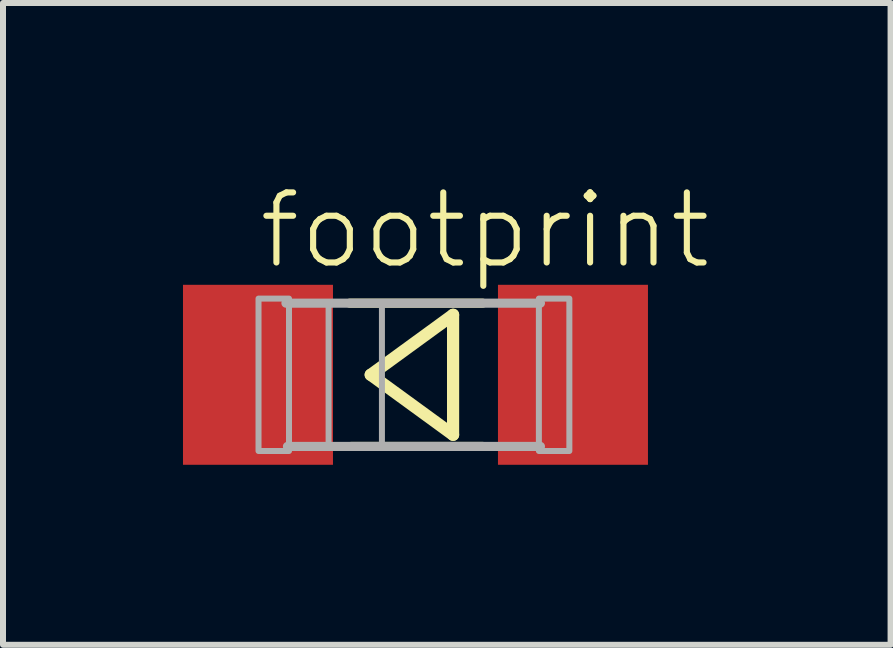
<source format=kicad_pcb>
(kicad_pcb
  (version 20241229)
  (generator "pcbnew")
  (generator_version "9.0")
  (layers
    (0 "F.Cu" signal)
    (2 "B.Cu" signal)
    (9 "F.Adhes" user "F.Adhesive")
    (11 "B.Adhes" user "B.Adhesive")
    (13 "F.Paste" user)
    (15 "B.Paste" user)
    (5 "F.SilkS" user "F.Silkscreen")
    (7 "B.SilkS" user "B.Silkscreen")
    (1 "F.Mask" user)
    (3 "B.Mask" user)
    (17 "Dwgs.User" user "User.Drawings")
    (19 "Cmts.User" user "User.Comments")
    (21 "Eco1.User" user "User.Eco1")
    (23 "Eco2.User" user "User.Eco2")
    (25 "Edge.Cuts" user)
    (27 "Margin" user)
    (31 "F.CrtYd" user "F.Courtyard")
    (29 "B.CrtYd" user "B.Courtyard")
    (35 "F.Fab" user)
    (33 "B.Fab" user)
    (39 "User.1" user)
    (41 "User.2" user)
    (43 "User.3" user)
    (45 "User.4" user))
  (footprint "footprint"
    (layer "F.Cu")
    (at 3.875 3.197)
    (property "Reference" "footprint" (at -2.663 -1.724 0) (layer "F.SilkS") (effects (font (size 1.168 1.168) (thickness 0.102)) (justify left bottom)))
    (fp_line (start -0.746 0) (end 0.627 1) (stroke (width 0.203) (type solid)) (layer "F.SilkS"))
    (fp_line (start 0.627 -1) (end -0.746 0) (stroke (width 0.203) (type solid)) (layer "F.SilkS"))
    (fp_line (start 0.627 1) (end 0.627 -1) (stroke (width 0.203) (type solid)) (layer "F.SilkS"))
    (fp_line (start 1.121 -1.194) (end -1.097 -1.194) (stroke (width 0.152) (type solid)) (layer "F.SilkS"))
    (fp_line (start 1.121 1.194) (end -1.072 1.194) (stroke (width 0.152) (type solid)) (layer "F.SilkS"))
    (fp_line (start 2.083 -1.194) (end -2.159 -1.194) (stroke (width 0.152) (type solid)) (layer "F.Fab"))
    (fp_line (start 2.083 1.194) (end -2.134 1.194) (stroke (width 0.152) (type solid)) (layer "F.Fab"))
    (fp_poly (pts (xy -2.616 1.27) (xy -2.108 1.27) (xy -2.108 -1.27) (xy -2.616 -1.27)) (stroke (width 0.1) (type solid)) (fill no) (layer "F.Fab"))
    (fp_poly (pts (xy -1.448 1.194) (xy -0.559 1.194) (xy -0.559 -1.194) (xy -1.448 -1.194)) (stroke (width 0.1) (type solid)) (fill no) (layer "F.Fab"))
    (fp_poly (pts (xy 2.057 1.27) (xy 2.565 1.27) (xy 2.565 -1.27) (xy 2.057 -1.27)) (stroke (width 0.1) (type solid)) (fill no) (layer "F.Fab"))
    (pad "A" smd rect (at 2.625 0) (size 2.5 3) (layers "F.Cu" "F.Mask" "F.Paste"))
    (pad "C" smd rect (at -2.625 0) (size 2.5 3) (layers "F.Cu" "F.Mask" "F.Paste")))
  (gr_rect
    (start -3 -3)
    (end 11.794 7.697)
    (stroke (width 0.1) (type default))
    (fill no)
    (layer "Edge.Cuts")))
</source>
